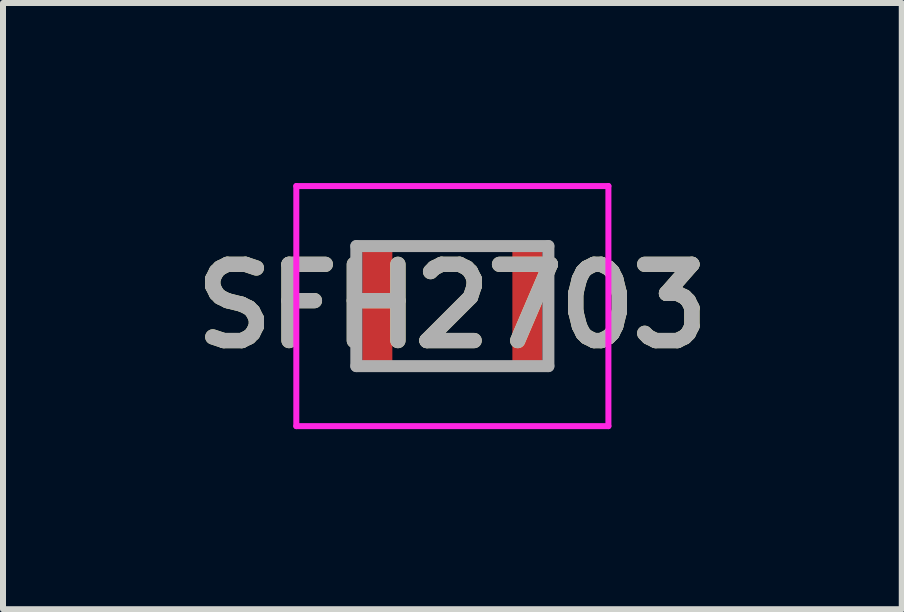
<source format=kicad_pcb>
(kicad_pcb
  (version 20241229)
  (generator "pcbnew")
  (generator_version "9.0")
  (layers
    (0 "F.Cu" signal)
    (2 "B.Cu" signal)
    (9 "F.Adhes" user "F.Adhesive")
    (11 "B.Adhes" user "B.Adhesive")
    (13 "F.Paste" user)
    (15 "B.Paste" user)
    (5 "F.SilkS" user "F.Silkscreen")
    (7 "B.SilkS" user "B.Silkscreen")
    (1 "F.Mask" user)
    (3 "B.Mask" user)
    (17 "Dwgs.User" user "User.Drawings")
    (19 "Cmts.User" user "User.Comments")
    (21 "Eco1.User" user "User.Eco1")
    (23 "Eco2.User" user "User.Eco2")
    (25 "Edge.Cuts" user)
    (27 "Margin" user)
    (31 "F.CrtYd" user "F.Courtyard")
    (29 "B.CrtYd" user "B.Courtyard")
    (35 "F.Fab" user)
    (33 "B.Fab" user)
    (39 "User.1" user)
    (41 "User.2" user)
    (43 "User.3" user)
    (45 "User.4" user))
  (footprint "SFH2703"
    (layer "F.Cu")
    (at 4.487 2.05)
    (property "Reference" "SFH2703" (at 0 0 0) (layer "F.SilkS") (effects (font (size 1.27 1.27) (thickness 0.254))))
    (attr smd)
    (fp_line (start -0.8 -1) (end 0.8 -1) (stroke (width 0.1) (type solid)) (layer "F.SilkS"))
    (fp_line (start -0.6 1) (end 0.8 1) (stroke (width 0.1) (type solid)) (layer "F.SilkS"))
    (fp_line (start -2.6 -2) (end 2.6 -2) (stroke (width 0.1) (type solid)) (layer "F.CrtYd"))
    (fp_line (start -2.6 2) (end -2.6 -2) (stroke (width 0.1) (type solid)) (layer "F.CrtYd"))
    (fp_line (start 2.6 -2) (end 2.6 2) (stroke (width 0.1) (type solid)) (layer "F.CrtYd"))
    (fp_line (start 2.6 2) (end -2.6 2) (stroke (width 0.1) (type solid)) (layer "F.CrtYd"))
    (fp_line (start -1.6 -1) (end 1.6 -1) (stroke (width 0.2) (type solid)) (layer "F.Fab"))
    (fp_line (start -1.6 1) (end -1.6 -1) (stroke (width 0.2) (type solid)) (layer "F.Fab"))
    (fp_line (start 1.6 -1) (end 1.6 1) (stroke (width 0.2) (type solid)) (layer "F.Fab"))
    (fp_line (start 1.6 1) (end -1.6 1) (stroke (width 0.2) (type solid)) (layer "F.Fab"))
    (fp_text user "${REFERENCE}" (at 0 0 0) (layer "F.Fab") (effects (font (size 1.27 1.27) (thickness 0.254))))
    (pad "1" smd rect (at -1.25 0) (size 0.5 1.9) (layers "F.Cu" "F.Mask" "F.Paste"))
    (pad "2" smd rect (at 1.25 0) (size 0.5 1.9) (layers "F.Cu" "F.Mask" "F.Paste")))
  (gr_rect
    (start -3 -3)
    (end 11.975 7.1)
    (stroke (width 0.1) (type default))
    (fill no)
    (layer "Edge.Cuts")))
</source>
